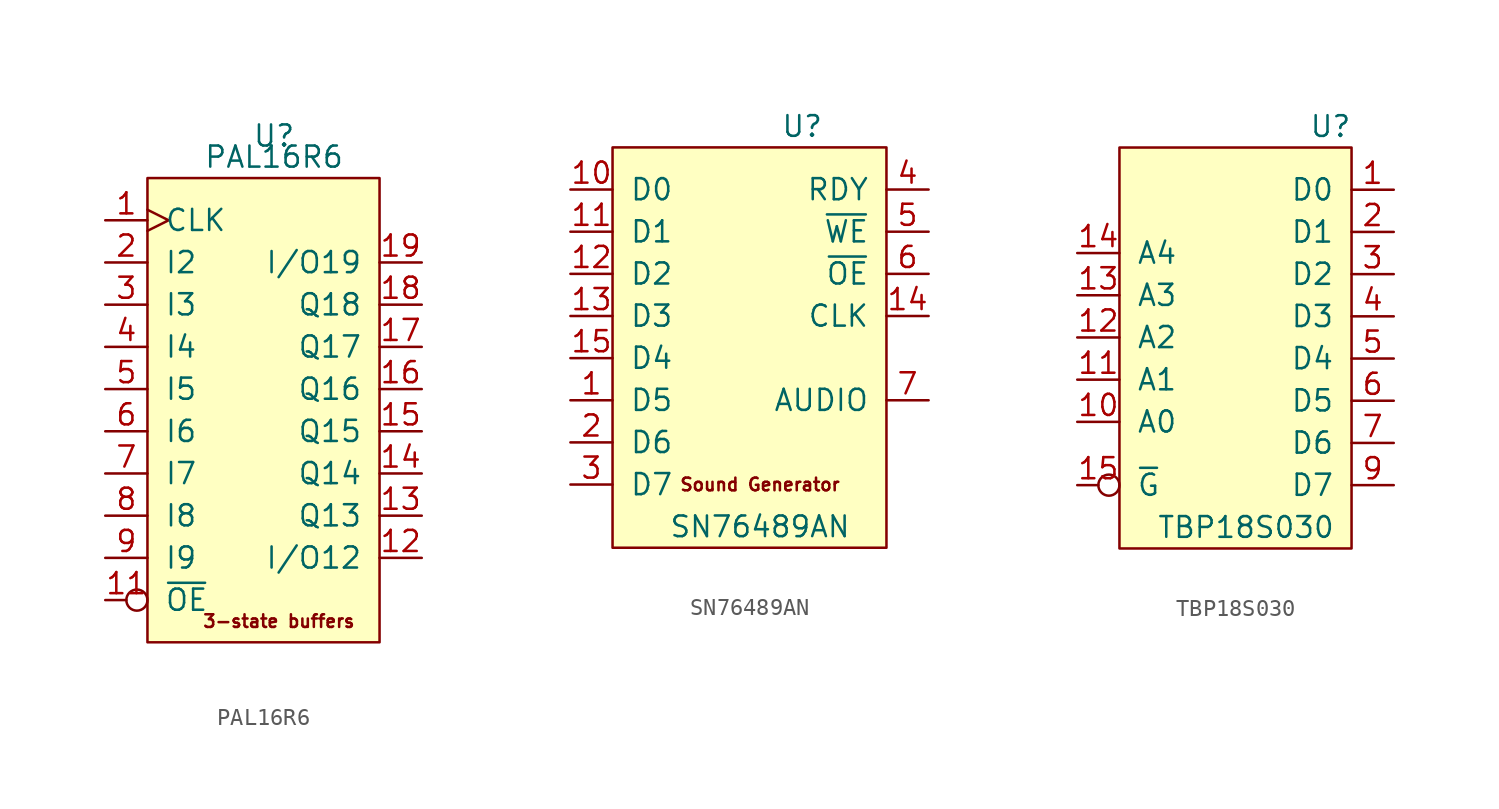
<source format=kicad_sym>
(kicad_symbol_lib
  (version 20231120)
  (generator "kicad_symbol_editor")
  (generator_version "8.0")
  (symbol "PAL16R6"
    (pin_names
      (offset 1.016))
    (property "Reference" "U"
      (at 0 12.7 0)
      (effects (font (size 1.27 1.27))))
    (property "Value" "PAL16R6"
      (at 0 11.43 0)
      (effects (font (size 1.27 1.27))))
    (symbol "PAL16R6_0_0"
      (text " 3-state buffers" (at 0 -16.51 0) (effects (font (size 0.762 0.762)))))
    (symbol "PAL16R6_0_1"
      (rectangle (start -7.62 10.16) (end 6.35 -17.78) (stroke (width 0) (type default)) (fill (type background))))
    (symbol "PAL16R6_1_1"
      (pin input clock (at -10.16 7.62 0) (length 2.54) (name "CLK" (effects (font (size 1.27 1.27)))) (number "1" (effects (font (size 1.27 1.27)))))
      (pin power_in line (at 0 -17.78 90) (length 2.54) hide (name "VSS" (effects (font (size 1.27 1.27)))) (number "10" (effects (font (size 1.27 1.27)))))
      (pin input inverted (at -10.16 -15.24 0) (length 2.54) (name "~{OE}" (effects (font (size 1.27 1.27)))) (number "11" (effects (font (size 1.27 1.27)))))
      (pin tri_state line (at 8.89 -12.7 180) (length 2.54) (name "I/O12" (effects (font (size 1.27 1.27)))) (number "12" (effects (font (size 1.27 1.27)))))
      (pin output line (at 8.89 -10.16 180) (length 2.54) (name "Q13" (effects (font (size 1.27 1.27)))) (number "13" (effects (font (size 1.27 1.27)))))
      (pin output line (at 8.89 -7.62 180) (length 2.54) (name "Q14" (effects (font (size 1.27 1.27)))) (number "14" (effects (font (size 1.27 1.27)))))
      (pin output line (at 8.89 -5.08 180) (length 2.54) (name "Q15" (effects (font (size 1.27 1.27)))) (number "15" (effects (font (size 1.27 1.27)))))
      (pin output line (at 8.89 -2.54 180) (length 2.54) (name "Q16" (effects (font (size 1.27 1.27)))) (number "16" (effects (font (size 1.27 1.27)))))
      (pin output line (at 8.89 0 180) (length 2.54) (name "Q17" (effects (font (size 1.27 1.27)))) (number "17" (effects (font (size 1.27 1.27)))))
      (pin output line (at 8.89 2.54 180) (length 2.54) (name "Q18" (effects (font (size 1.27 1.27)))) (number "18" (effects (font (size 1.27 1.27)))))
      (pin tri_state line (at 8.89 5.08 180) (length 2.54) (name "I/O19" (effects (font (size 1.27 1.27)))) (number "19" (effects (font (size 1.27 1.27)))))
      (pin input line (at -10.16 5.08 0) (length 2.54) (name "I2" (effects (font (size 1.27 1.27)))) (number "2" (effects (font (size 1.27 1.27)))))
      (pin power_in line (at 0 10.16 270) (length 2.54) hide (name "VCC" (effects (font (size 1.27 1.27)))) (number "20" (effects (font (size 1.27 1.27)))))
      (pin input line (at -10.16 2.54 0) (length 2.54) (name "I3" (effects (font (size 1.27 1.27)))) (number "3" (effects (font (size 1.27 1.27)))))
      (pin input line (at -10.16 0 0) (length 2.54) (name "I4" (effects (font (size 1.27 1.27)))) (number "4" (effects (font (size 1.27 1.27)))))
      (pin input line (at -10.16 -2.54 0) (length 2.54) (name "I5" (effects (font (size 1.27 1.27)))) (number "5" (effects (font (size 1.27 1.27)))))
      (pin input line (at -10.16 -5.08 0) (length 2.54) (name "I6" (effects (font (size 1.27 1.27)))) (number "6" (effects (font (size 1.27 1.27)))))
      (pin input line (at -10.16 -7.62 0) (length 2.54) (name "I7" (effects (font (size 1.27 1.27)))) (number "7" (effects (font (size 1.27 1.27)))))
      (pin input line (at -10.16 -10.16 0) (length 2.54) (name "I8" (effects (font (size 1.27 1.27)))) (number "8" (effects (font (size 1.27 1.27)))))
      (pin input line (at -10.16 -12.7 0) (length 2.54) (name "I9" (effects (font (size 1.27 1.27)))) (number "9" (effects (font (size 1.27 1.27)))))))
  (symbol "SN76489AN"
    (pin_names
      (offset 1.016))
    (property "Reference" "U"
      (at 2.54 13.97 0)
      (effects (font (size 1.245 1.245))))
    (property "Value" "SN76489AN"
      (at 0 -10.16 0)
      (effects (font (size 1.245 1.245))))
    (symbol "SN76489AN_0_0"
      (text "Sound Generator" (at 0 -7.62 0) (effects (font (size 0.762 0.762)))))
    (symbol "SN76489AN_0_1"
      (rectangle (start -8.89 12.7) (end 7.62 -11.43) (stroke (width 0) (type default)) (fill (type background))))
    (symbol "SN76489AN_1_1"
      (pin input line (at -11.43 -2.54 0) (length 2.54) (name "D5" (effects (font (size 1.27 1.27)))) (number "1" (effects (font (size 1.27 1.27)))))
      (pin input line (at -11.43 10.16 0) (length 2.54) (name "D0" (effects (font (size 1.27 1.27)))) (number "10" (effects (font (size 1.27 1.27)))))
      (pin input line (at -11.43 7.62 0) (length 2.54) (name "D1" (effects (font (size 1.27 1.27)))) (number "11" (effects (font (size 1.27 1.27)))))
      (pin input line (at -11.43 5.08 0) (length 2.54) (name "D2" (effects (font (size 1.27 1.27)))) (number "12" (effects (font (size 1.27 1.27)))))
      (pin input line (at -11.43 2.54 0) (length 2.54) (name "D3" (effects (font (size 1.27 1.27)))) (number "13" (effects (font (size 1.27 1.27)))))
      (pin input line (at 10.16 2.54 180) (length 2.54) (name "CLK" (effects (font (size 1.27 1.27)))) (number "14" (effects (font (size 1.27 1.27)))))
      (pin input line (at -11.43 0 0) (length 2.54) (name "D4" (effects (font (size 1.27 1.27)))) (number "15" (effects (font (size 1.27 1.27)))))
      (pin input line (at -11.43 -5.08 0) (length 2.54) (name "D6" (effects (font (size 1.27 1.27)))) (number "2" (effects (font (size 1.27 1.27)))))
      (pin input line (at -11.43 -7.62 0) (length 2.54) (name "D7" (effects (font (size 1.27 1.27)))) (number "3" (effects (font (size 1.27 1.27)))))
      (pin output line (at 10.16 10.16 180) (length 2.54) (name "RDY" (effects (font (size 1.27 1.27)))) (number "4" (effects (font (size 1.27 1.27)))))
      (pin input line (at 10.16 7.62 180) (length 2.54) (name "~{WE}" (effects (font (size 1.27 1.27)))) (number "5" (effects (font (size 1.27 1.27)))))
      (pin input line (at 10.16 5.08 180) (length 2.54) (name "~{OE}" (effects (font (size 1.27 1.27)))) (number "6" (effects (font (size 1.27 1.27)))))
      (pin output line (at 10.16 -2.54 180) (length 2.54) (name "AUDIO" (effects (font (size 1.27 1.27)))) (number "7" (effects (font (size 1.27 1.27)))))))
  (symbol "TBP18S030"
    (pin_names
      (offset 1.016))
    (property "Reference" "U"
      (at 5.08 12.7 0)
      (effects (font (size 1.245 1.245))))
    (property "Value" "TBP18S030"
      (at 0 -11.43 0)
      (effects (font (size 1.245 1.245))))
    (symbol "TBP18S030_0_1"
      (rectangle (start -7.62 11.43) (end 6.35 -12.7) (stroke (width 0) (type default)) (fill (type background))))
    (symbol "TBP18S030_1_1"
      (pin output line (at 8.89 8.89 180) (length 2.54) (name "D0" (effects (font (size 1.27 1.27)))) (number "1" (effects (font (size 1.27 1.27)))))
      (pin input line (at -10.16 -5.08 0) (length 2.54) (name "A0" (effects (font (size 1.27 1.27)))) (number "10" (effects (font (size 1.27 1.27)))))
      (pin input line (at -10.16 -2.54 0) (length 2.54) (name "A1" (effects (font (size 1.27 1.27)))) (number "11" (effects (font (size 1.27 1.27)))))
      (pin input line (at -10.16 0 0) (length 2.54) (name "A2" (effects (font (size 1.27 1.27)))) (number "12" (effects (font (size 1.27 1.27)))))
      (pin input line (at -10.16 2.54 0) (length 2.54) (name "A3" (effects (font (size 1.27 1.27)))) (number "13" (effects (font (size 1.27 1.27)))))
      (pin input line (at -10.16 5.08 0) (length 2.54) (name "A4" (effects (font (size 1.27 1.27)))) (number "14" (effects (font (size 1.27 1.27)))))
      (pin input inverted (at -10.16 -8.89 0) (length 2.54) (name "~{G}" (effects (font (size 1.27 1.27)))) (number "15" (effects (font (size 1.27 1.27)))))
      (pin output line (at 8.89 6.35 180) (length 2.54) (name "D1" (effects (font (size 1.27 1.27)))) (number "2" (effects (font (size 1.27 1.27)))))
      (pin output line (at 8.89 3.81 180) (length 2.54) (name "D2" (effects (font (size 1.27 1.27)))) (number "3" (effects (font (size 1.27 1.27)))))
      (pin output line (at 8.89 1.27 180) (length 2.54) (name "D3" (effects (font (size 1.27 1.27)))) (number "4" (effects (font (size 1.27 1.27)))))
      (pin output line (at 8.89 -1.27 180) (length 2.54) (name "D4" (effects (font (size 1.27 1.27)))) (number "5" (effects (font (size 1.27 1.27)))))
      (pin output line (at 8.89 -3.81 180) (length 2.54) (name "D5" (effects (font (size 1.27 1.27)))) (number "6" (effects (font (size 1.27 1.27)))))
      (pin output line (at 8.89 -6.35 180) (length 2.54) (name "D6" (effects (font (size 1.27 1.27)))) (number "7" (effects (font (size 1.27 1.27)))))
      (pin output line (at 8.89 -8.89 180) (length 2.54) (name "D7" (effects (font (size 1.27 1.27)))) (number "9" (effects (font (size 1.27 1.27))))))))
</source>
